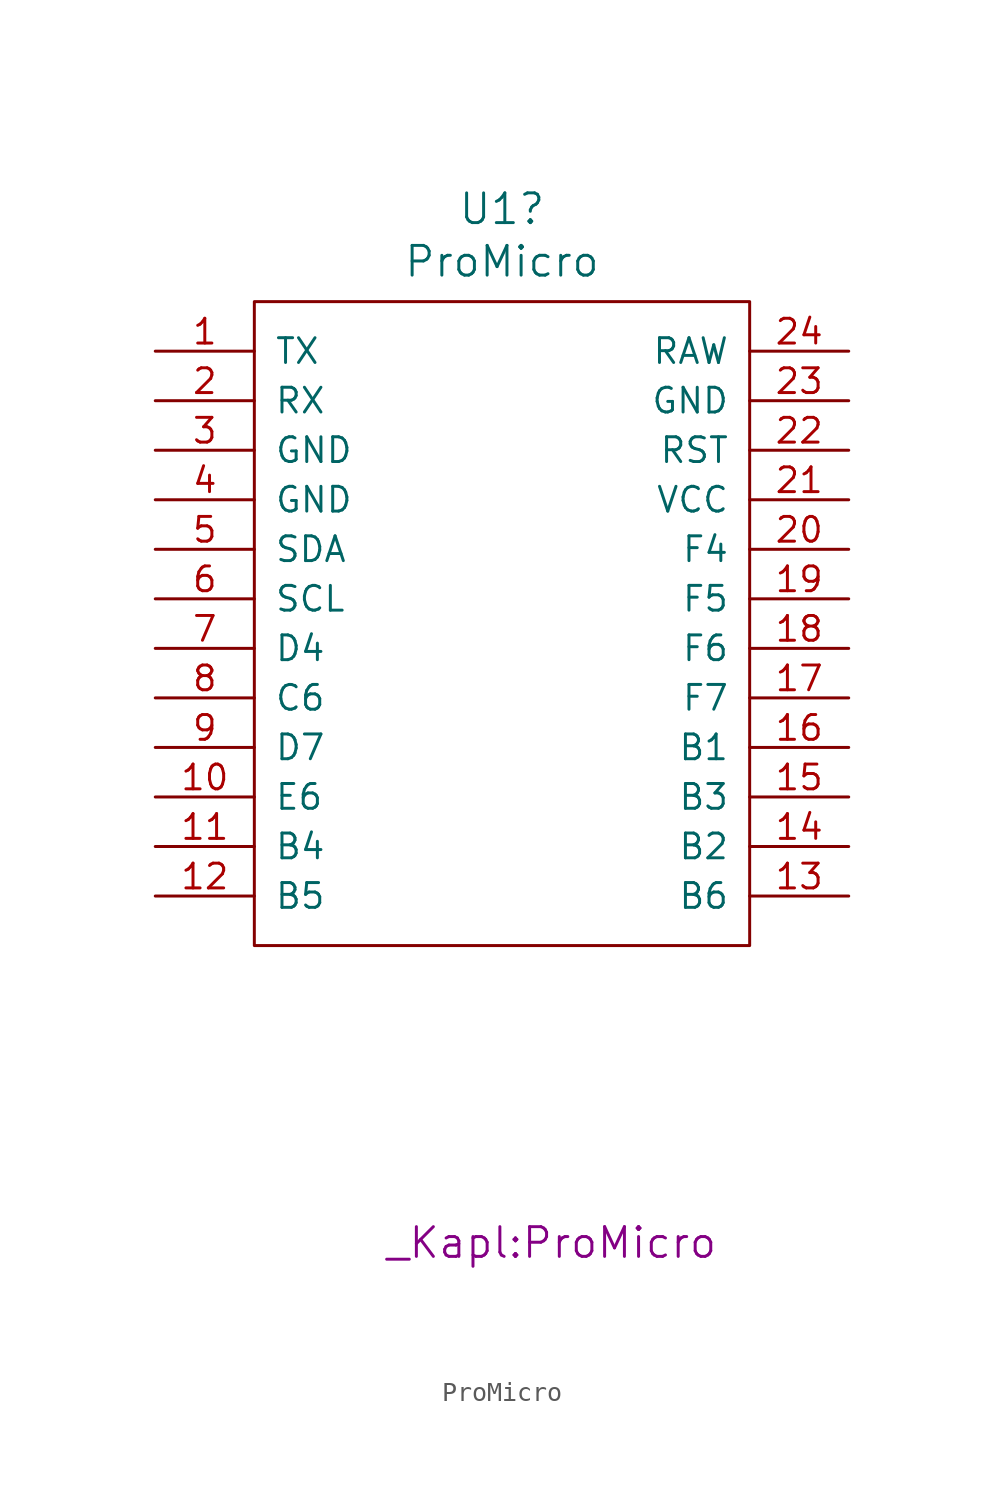
<source format=kicad_sym>
(kicad_symbol_lib
  (version 20220914)
  (generator kicad_symbol_editor)
  (symbol "ProMicro"
    (pin_names
      (offset 1.016))
    (property "Reference" "U1"
      (at 0 26.34 0)
      (effects (font (size 1.524 1.524))))
    (property "Value" "ProMicro"
      (at 0 23.647 0)
      (effects (font (size 1.524 1.524))))
    (property "Footprint" "_Kapl:ProMicro"
      (at 2.54 -26.67 0)
      (effects (font (size 1.524 1.524))))
    (property "Datasheet" ""
      (at 2.54 -26.67 0)
      (effects (font (size 1.524 1.524))))
    (symbol "ProMicro_0_1"
      (rectangle (start -12.7 21.59) (end 12.7 -11.43) (stroke (width 0) (type solid)) (fill (type none))))
    (symbol "ProMicro_1_1"
      (pin bidirectional line (at -17.78 19.05 0) (length 5.08) (name "TX" (effects (font (size 1.27 1.27)))) (number "1" (effects (font (size 1.27 1.27)))))
      (pin bidirectional line (at -17.78 -3.81 0) (length 5.08) (name "E6" (effects (font (size 1.27 1.27)))) (number "10" (effects (font (size 1.27 1.27)))))
      (pin bidirectional line (at -17.78 -6.35 0) (length 5.08) (name "B4" (effects (font (size 1.27 1.27)))) (number "11" (effects (font (size 1.27 1.27)))))
      (pin bidirectional line (at -17.78 -8.89 0) (length 5.08) (name "B5" (effects (font (size 1.27 1.27)))) (number "12" (effects (font (size 1.27 1.27)))))
      (pin bidirectional line (at 17.78 -8.89 180) (length 5.08) (name "B6" (effects (font (size 1.27 1.27)))) (number "13" (effects (font (size 1.27 1.27)))))
      (pin bidirectional line (at 17.78 -6.35 180) (length 5.08) (name "B2" (effects (font (size 1.27 1.27)))) (number "14" (effects (font (size 1.27 1.27)))))
      (pin bidirectional line (at 17.78 -3.81 180) (length 5.08) (name "B3" (effects (font (size 1.27 1.27)))) (number "15" (effects (font (size 1.27 1.27)))))
      (pin bidirectional line (at 17.78 -1.27 180) (length 5.08) (name "B1" (effects (font (size 1.27 1.27)))) (number "16" (effects (font (size 1.27 1.27)))))
      (pin bidirectional line (at 17.78 1.27 180) (length 5.08) (name "F7" (effects (font (size 1.27 1.27)))) (number "17" (effects (font (size 1.27 1.27)))))
      (pin bidirectional line (at 17.78 3.81 180) (length 5.08) (name "F6" (effects (font (size 1.27 1.27)))) (number "18" (effects (font (size 1.27 1.27)))))
      (pin bidirectional line (at 17.78 6.35 180) (length 5.08) (name "F5" (effects (font (size 1.27 1.27)))) (number "19" (effects (font (size 1.27 1.27)))))
      (pin bidirectional line (at -17.78 16.51 0) (length 5.08) (name "RX" (effects (font (size 1.27 1.27)))) (number "2" (effects (font (size 1.27 1.27)))))
      (pin bidirectional line (at 17.78 8.89 180) (length 5.08) (name "F4" (effects (font (size 1.27 1.27)))) (number "20" (effects (font (size 1.27 1.27)))))
      (pin power_in line (at 17.78 11.43 180) (length 5.08) (name "VCC" (effects (font (size 1.27 1.27)))) (number "21" (effects (font (size 1.27 1.27)))))
      (pin input line (at 17.78 13.97 180) (length 5.08) (name "RST" (effects (font (size 1.27 1.27)))) (number "22" (effects (font (size 1.27 1.27)))))
      (pin power_in line (at 17.78 16.51 180) (length 5.08) (name "GND" (effects (font (size 1.27 1.27)))) (number "23" (effects (font (size 1.27 1.27)))))
      (pin power_out line (at 17.78 19.05 180) (length 5.08) (name "RAW" (effects (font (size 1.27 1.27)))) (number "24" (effects (font (size 1.27 1.27)))))
      (pin power_in line (at -17.78 13.97 0) (length 5.08) (name "GND" (effects (font (size 1.27 1.27)))) (number "3" (effects (font (size 1.27 1.27)))))
      (pin power_in line (at -17.78 11.43 0) (length 5.08) (name "GND" (effects (font (size 1.27 1.27)))) (number "4" (effects (font (size 1.27 1.27)))))
      (pin bidirectional line (at -17.78 8.89 0) (length 5.08) (name "SDA" (effects (font (size 1.27 1.27)))) (number "5" (effects (font (size 1.27 1.27)))))
      (pin bidirectional line (at -17.78 6.35 0) (length 5.08) (name "SCL" (effects (font (size 1.27 1.27)))) (number "6" (effects (font (size 1.27 1.27)))))
      (pin bidirectional line (at -17.78 3.81 0) (length 5.08) (name "D4" (effects (font (size 1.27 1.27)))) (number "7" (effects (font (size 1.27 1.27)))))
      (pin bidirectional line (at -17.78 1.27 0) (length 5.08) (name "C6" (effects (font (size 1.27 1.27)))) (number "8" (effects (font (size 1.27 1.27)))))
      (pin bidirectional line (at -17.78 -1.27 0) (length 5.08) (name "D7" (effects (font (size 1.27 1.27)))) (number "9" (effects (font (size 1.27 1.27))))))))
</source>
